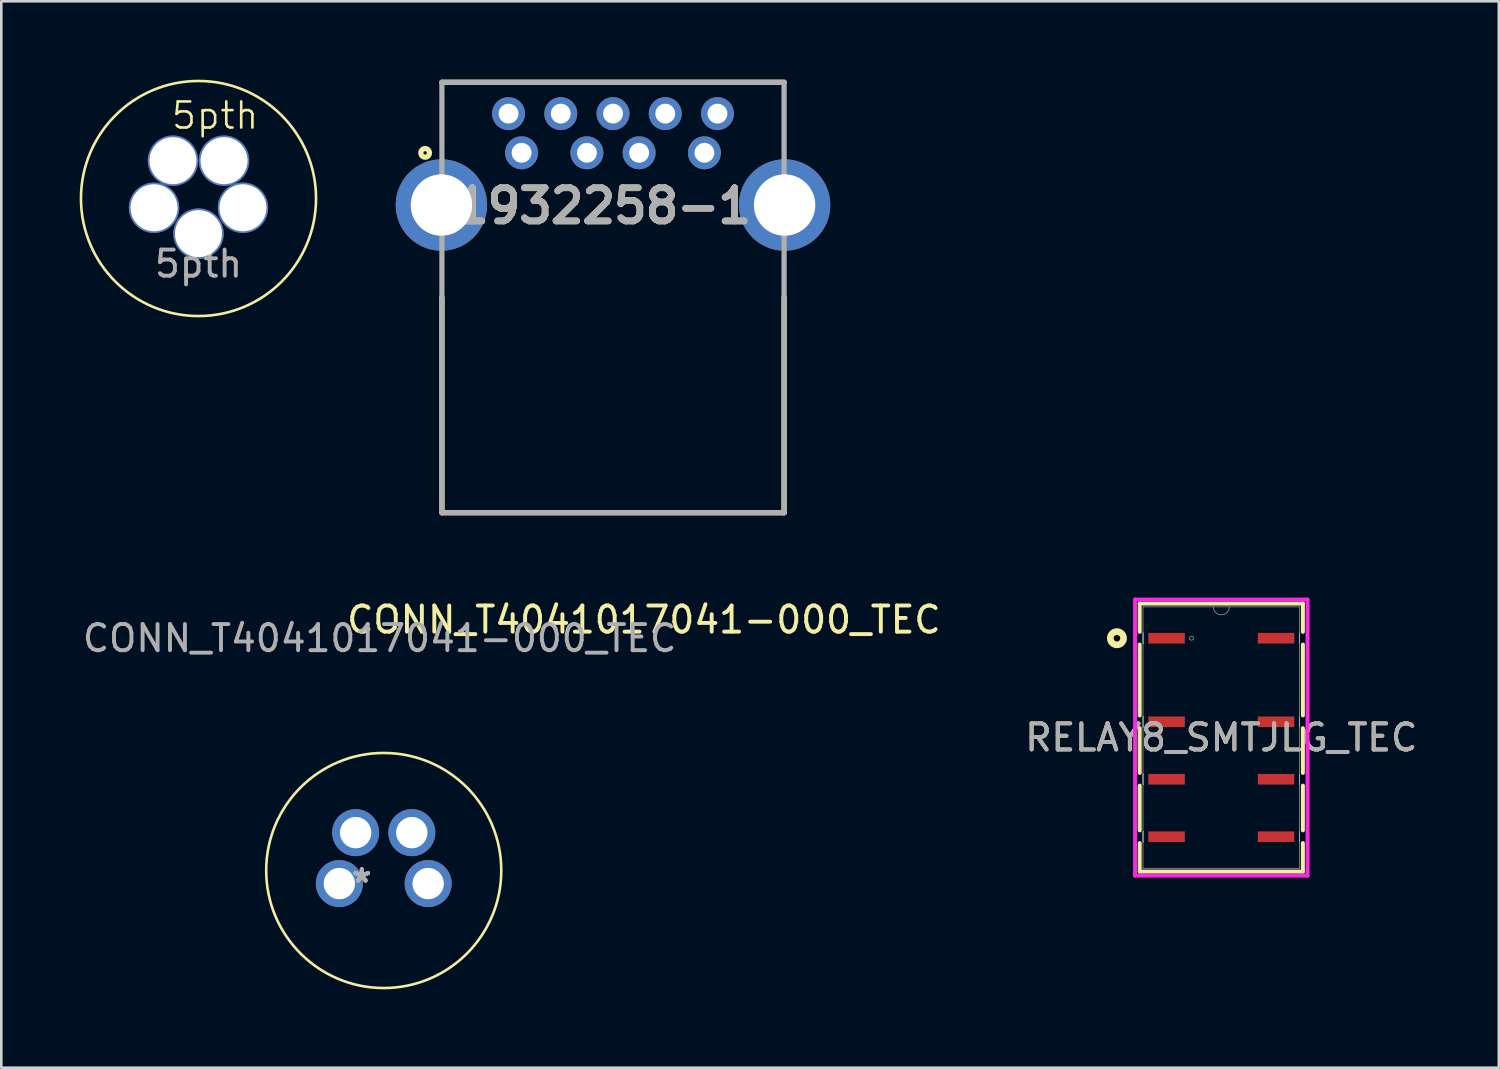
<source format=kicad_pcb>
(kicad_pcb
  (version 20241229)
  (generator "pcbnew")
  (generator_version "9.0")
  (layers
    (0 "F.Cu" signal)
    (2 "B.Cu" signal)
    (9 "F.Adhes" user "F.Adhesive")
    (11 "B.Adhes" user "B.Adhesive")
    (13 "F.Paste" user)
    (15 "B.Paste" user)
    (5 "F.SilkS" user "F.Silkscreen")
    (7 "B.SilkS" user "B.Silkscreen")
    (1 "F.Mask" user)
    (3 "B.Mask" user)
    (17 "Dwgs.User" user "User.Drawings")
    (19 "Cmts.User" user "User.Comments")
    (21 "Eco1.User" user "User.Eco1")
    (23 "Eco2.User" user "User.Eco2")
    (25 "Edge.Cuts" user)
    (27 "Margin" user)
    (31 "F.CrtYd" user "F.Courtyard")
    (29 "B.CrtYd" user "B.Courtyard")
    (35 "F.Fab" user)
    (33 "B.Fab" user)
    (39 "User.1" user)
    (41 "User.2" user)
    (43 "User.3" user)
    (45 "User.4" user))
  (footprint "5pth"
    (layer "F.Cu")
    (at 4.55 4.55)
    (property "Reference" "5pth" (at 0.635 -3.175 0) (unlocked yes) (layer "F.SilkS") (effects (font (size 1 1) (thickness 0.1))))
    (attr smd)
    (fp_circle (center 0 0) (end 4.5 0) (stroke (width 0.1) (type default)) (fill no) (layer "F.SilkS"))
    (fp_text user "${REFERENCE}" (at 0 2.5 0) (unlocked yes) (layer "F.Fab") (effects (font (size 1 1) (thickness 0.15))))
    (pad "1" thru_hole circle (at 1.702 0.355) (size 1.93 1.93) (drill 1.8) (layers "*.Cu" "*.Mask"))
    (pad "2" thru_hole circle (at 0.978 -1.448) (size 1.93 1.93) (drill 1.8) (layers "*.Cu" "*.Mask"))
    (pad "3" thru_hole circle (at -1.702 0.355) (size 1.93 1.93) (drill 1.8) (layers "*.Cu" "*.Mask"))
    (pad "4" thru_hole circle (at -0.978 -1.448) (size 1.93 1.93) (drill 1.8) (layers "*.Cu" "*.Mask"))
    (pad "5" thru_hole circle (at 0 1.346) (size 1.93 1.93) (drill 1.8) (layers "*.Cu" "*.Mask")))
  (footprint "1932258-1"
    (layer "F.Cu")
    (at 20.42 16.58)
    (property "Reference" "1932258-1" (at -0.365 -11.746 0) (layer "F.SilkS") (effects (font (size 1.27 1.27) (thickness 0.254))))
    (attr through_hole)
    (fp_line (start -6.55 -16.48) (end 6.55 -16.48) (stroke (width 0.2) (type solid)) (layer "F.SilkS"))
    (fp_line (start -6.55 -8.24) (end -6.55 0) (stroke (width 0.2) (type solid)) (layer "F.SilkS"))
    (fp_line (start -6.55 0) (end 6.55 0) (stroke (width 0.2) (type solid)) (layer "F.SilkS"))
    (fp_line (start 6.55 0) (end 6.55 -8.24) (stroke (width 0.2) (type solid)) (layer "F.SilkS"))
    (fp_circle (center -7.193 -13.776) (end -7.193 -13.711) (stroke (width 0.2) (type solid)) (fill no) (layer "F.SilkS"))
    (fp_line (start -6.55 -16.48) (end 6.55 -16.48) (stroke (width 0.2) (type solid)) (layer "F.Fab"))
    (fp_line (start -6.55 0) (end -6.55 -16.48) (stroke (width 0.2) (type solid)) (layer "F.Fab"))
    (fp_line (start 6.55 -16.48) (end 6.55 0) (stroke (width 0.2) (type solid)) (layer "F.Fab"))
    (fp_line (start 6.55 0) (end -6.55 0) (stroke (width 0.2) (type solid)) (layer "F.Fab"))
    (fp_text user "${REFERENCE}" (at -0.365 -11.746 0) (layer "F.Fab") (effects (font (size 1.27 1.27) (thickness 0.254))))
    (pad "1" thru_hole circle (at -3.5 -13.78) (size 1.26 1.26) (drill 0.76) (layers "*.Cu" "*.Mask"))
    (pad "2" thru_hole circle (at -1 -13.78) (size 1.26 1.26) (drill 0.76) (layers "*.Cu" "*.Mask"))
    (pad "3" thru_hole circle (at 1 -13.78) (size 1.26 1.26) (drill 0.76) (layers "*.Cu" "*.Mask"))
    (pad "4" thru_hole circle (at 3.5 -13.78) (size 1.26 1.26) (drill 0.76) (layers "*.Cu" "*.Mask"))
    (pad "5" thru_hole circle (at 4 -15.28) (size 1.26 1.26) (drill 0.76) (layers "*.Cu" "*.Mask"))
    (pad "6" thru_hole circle (at 2 -15.28) (size 1.26 1.26) (drill 0.76) (layers "*.Cu" "*.Mask"))
    (pad "7" thru_hole circle (at 0 -15.28) (size 1.26 1.26) (drill 0.76) (layers "*.Cu" "*.Mask"))
    (pad "8" thru_hole circle (at -2 -15.28) (size 1.26 1.26) (drill 0.76) (layers "*.Cu" "*.Mask"))
    (pad "9" thru_hole circle (at -4 -15.28) (size 1.26 1.26) (drill 0.76) (layers "*.Cu" "*.Mask"))
    (pad "10" thru_hole circle (at 6.57 -11.78) (size 3.5 3.5) (drill 2.35) (layers "*.Cu" "*.Mask"))
    (pad "11" thru_hole circle (at -6.57 -11.78) (size 3.5 3.5) (drill 2.35) (layers "*.Cu" "*.Mask")))
  (footprint "CONN_T4041017041-000_TEC"
    (layer "F.Cu")
    (at 11.642 30.278)
    (property "Reference" "CONN_T4041017041-000_TEC" (at 9.96 -9.6 0) (unlocked yes) (layer "F.SilkS") (effects (font (size 1 1) (thickness 0.15))))
    (attr through_hole)
    (fp_circle (center 0 0) (end 4.5 0) (stroke (width 0.1) (type default)) (fill no) (layer "F.SilkS"))
    (fp_text user "*" (at -0.84 0.501 0) (unlocked yes) (layer "F.SilkS") (effects (font (size 1 1) (thickness 0.15))))
    (fp_text user "*" (at -0.84 0.501 0) (layer "F.SilkS") (effects (font (size 1 1) (thickness 0.15))))
    (fp_text user "${REFERENCE}" (at -0.16 -8.89 0) (unlocked yes) (layer "F.Fab") (effects (font (size 1 1) (thickness 0.15))))
    (fp_text user "*" (at -0.84 0.501 0) (layer "F.Fab") (effects (font (size 1 1) (thickness 0.15))))
    (fp_text user "*" (at -0.84 0.501 0) (unlocked yes) (layer "F.Fab") (effects (font (size 1 1) (thickness 0.15))))
    (pad "1" thru_hole circle (at 1.7 0.501) (size 1.8 1.8) (drill 1.2) (layers "*.Cu" "*.Mask"))
    (pad "2" thru_hole circle (at 1.075 -1.449) (size 1.8 1.8) (drill 1.2) (layers "*.Cu" "*.Mask"))
    (pad "3" thru_hole circle (at -1.7 0.501) (size 1.8 1.8) (drill 1.2) (layers "*.Cu" "*.Mask"))
    (pad "4" thru_hole circle (at -1.075 -1.449) (size 1.8 1.8) (drill 1.2) (layers "*.Cu" "*.Mask")))
  (footprint "RELAY8_SMTJLG_TEC"
    (layer "F.Cu")
    (at 43.709 25.189)
    (property "Reference" "RELAY8_SMTJLG_TEC" (at 0 0 0) (unlocked yes) (layer "F.SilkS") (effects (font (size 1 1) (thickness 0.15))))
    (attr smd)
    (fp_line (start -3.124 -5.131) (end -3.124 -4.048) (stroke (width 0.152) (type solid)) (layer "F.SilkS"))
    (fp_line (start -3.124 -3.56) (end -3.124 -0.848) (stroke (width 0.152) (type solid)) (layer "F.SilkS"))
    (fp_line (start -3.124 -0.36) (end -3.124 1.352) (stroke (width 0.152) (type solid)) (layer "F.SilkS"))
    (fp_line (start -3.124 1.84) (end -3.124 3.552) (stroke (width 0.152) (type solid)) (layer "F.SilkS"))
    (fp_line (start -3.124 4.04) (end -3.124 5.131) (stroke (width 0.152) (type solid)) (layer "F.SilkS"))
    (fp_line (start -3.124 5.131) (end 3.124 5.131) (stroke (width 0.152) (type solid)) (layer "F.SilkS"))
    (fp_line (start 3.124 -5.131) (end -3.124 -5.131) (stroke (width 0.152) (type solid)) (layer "F.SilkS"))
    (fp_line (start 3.124 -4.048) (end 3.124 -5.131) (stroke (width 0.152) (type solid)) (layer "F.SilkS"))
    (fp_line (start 3.124 -0.848) (end 3.124 -3.56) (stroke (width 0.152) (type solid)) (layer "F.SilkS"))
    (fp_line (start 3.124 1.352) (end 3.124 -0.36) (stroke (width 0.152) (type solid)) (layer "F.SilkS"))
    (fp_line (start 3.124 3.552) (end 3.124 1.84) (stroke (width 0.152) (type solid)) (layer "F.SilkS"))
    (fp_line (start 3.124 5.131) (end 3.124 4.04) (stroke (width 0.152) (type solid)) (layer "F.SilkS"))
    (fp_circle (center -3.996 -3.804) (end -3.742 -3.804) (stroke (width 0.254) (type solid)) (fill no) (layer "F.SilkS"))
    (fp_line (start -3.302 -5.283) (end 3.302 -5.283) (stroke (width 0.152) (type solid)) (layer "F.CrtYd"))
    (fp_line (start -3.302 5.283) (end -3.302 -5.283) (stroke (width 0.152) (type solid)) (layer "F.CrtYd"))
    (fp_line (start 3.302 -5.283) (end 3.302 5.283) (stroke (width 0.152) (type solid)) (layer "F.CrtYd"))
    (fp_line (start 3.302 5.283) (end -3.302 5.283) (stroke (width 0.152) (type solid)) (layer "F.CrtYd"))
    (fp_line (start -2.997 -5.004) (end -2.997 5.004) (stroke (width 0.025) (type solid)) (layer "F.Fab"))
    (fp_line (start -2.997 -4.007) (end -2.997 -4.007) (stroke (width 0.025) (type solid)) (layer "F.Fab"))
    (fp_line (start -2.997 -4.007) (end -2.997 -3.601) (stroke (width 0.025) (type solid)) (layer "F.Fab"))
    (fp_line (start -2.997 -3.601) (end -2.997 -4.007) (stroke (width 0.025) (type solid)) (layer "F.Fab"))
    (fp_line (start -2.997 -3.601) (end -2.997 -3.601) (stroke (width 0.025) (type solid)) (layer "F.Fab"))
    (fp_line (start -2.997 -0.807) (end -2.997 -0.807) (stroke (width 0.025) (type solid)) (layer "F.Fab"))
    (fp_line (start -2.997 -0.807) (end -2.997 -0.401) (stroke (width 0.025) (type solid)) (layer "F.Fab"))
    (fp_line (start -2.997 -0.401) (end -2.997 -0.807) (stroke (width 0.025) (type solid)) (layer "F.Fab"))
    (fp_line (start -2.997 -0.401) (end -2.997 -0.401) (stroke (width 0.025) (type solid)) (layer "F.Fab"))
    (fp_line (start -2.997 1.393) (end -2.997 1.393) (stroke (width 0.025) (type solid)) (layer "F.Fab"))
    (fp_line (start -2.997 1.393) (end -2.997 1.799) (stroke (width 0.025) (type solid)) (layer "F.Fab"))
    (fp_line (start -2.997 1.799) (end -2.997 1.393) (stroke (width 0.025) (type solid)) (layer "F.Fab"))
    (fp_line (start -2.997 1.799) (end -2.997 1.799) (stroke (width 0.025) (type solid)) (layer "F.Fab"))
    (fp_line (start -2.997 3.593) (end -2.997 3.593) (stroke (width 0.025) (type solid)) (layer "F.Fab"))
    (fp_line (start -2.997 3.593) (end -2.997 3.999) (stroke (width 0.025) (type solid)) (layer "F.Fab"))
    (fp_line (start -2.997 3.999) (end -2.997 3.593) (stroke (width 0.025) (type solid)) (layer "F.Fab"))
    (fp_line (start -2.997 3.999) (end -2.997 3.999) (stroke (width 0.025) (type solid)) (layer "F.Fab"))
    (fp_line (start -2.997 5.004) (end 2.997 5.004) (stroke (width 0.025) (type solid)) (layer "F.Fab"))
    (fp_line (start 2.997 -5.004) (end -2.997 -5.004) (stroke (width 0.025) (type solid)) (layer "F.Fab"))
    (fp_line (start 2.997 -4.007) (end 2.997 -4.007) (stroke (width 0.025) (type solid)) (layer "F.Fab"))
    (fp_line (start 2.997 -4.007) (end 2.997 -3.601) (stroke (width 0.025) (type solid)) (layer "F.Fab"))
    (fp_line (start 2.997 -3.601) (end 2.997 -4.007) (stroke (width 0.025) (type solid)) (layer "F.Fab"))
    (fp_line (start 2.997 -3.601) (end 2.997 -3.601) (stroke (width 0.025) (type solid)) (layer "F.Fab"))
    (fp_line (start 2.997 -0.807) (end 2.997 -0.807) (stroke (width 0.025) (type solid)) (layer "F.Fab"))
    (fp_line (start 2.997 -0.807) (end 2.997 -0.401) (stroke (width 0.025) (type solid)) (layer "F.Fab"))
    (fp_line (start 2.997 -0.401) (end 2.997 -0.807) (stroke (width 0.025) (type solid)) (layer "F.Fab"))
    (fp_line (start 2.997 -0.401) (end 2.997 -0.401) (stroke (width 0.025) (type solid)) (layer "F.Fab"))
    (fp_line (start 2.997 1.393) (end 2.997 1.393) (stroke (width 0.025) (type solid)) (layer "F.Fab"))
    (fp_line (start 2.997 1.393) (end 2.997 1.799) (stroke (width 0.025) (type solid)) (layer "F.Fab"))
    (fp_line (start 2.997 1.799) (end 2.997 1.393) (stroke (width 0.025) (type solid)) (layer "F.Fab"))
    (fp_line (start 2.997 1.799) (end 2.997 1.799) (stroke (width 0.025) (type solid)) (layer "F.Fab"))
    (fp_line (start 2.997 3.593) (end 2.997 3.593) (stroke (width 0.025) (type solid)) (layer "F.Fab"))
    (fp_line (start 2.997 3.593) (end 2.997 3.999) (stroke (width 0.025) (type solid)) (layer "F.Fab"))
    (fp_line (start 2.997 3.999) (end 2.997 3.593) (stroke (width 0.025) (type solid)) (layer "F.Fab"))
    (fp_line (start 2.997 3.999) (end 2.997 3.999) (stroke (width 0.025) (type solid)) (layer "F.Fab"))
    (fp_line (start 2.997 5.004) (end 2.997 -5.004) (stroke (width 0.025) (type solid)) (layer "F.Fab"))
    (fp_arc (start 0.3048 -5.0038) (mid 0 -4.699) (end -0.3048 -5.0038) (stroke (width 0.0254) (type solid)) (layer "F.Fab"))
    (fp_circle (center -1.143 -3.804) (end -1.067 -3.804) (stroke (width 0.025) (type solid)) (fill no) (layer "F.Fab"))
    (fp_text user "${REFERENCE}" (at 0 0 0) (unlocked yes) (layer "F.Fab") (effects (font (size 1 1) (thickness 0.15))))
    (pad "1" smd rect (at -2.095 -3.804) (size 1.397 0.406) (layers "F.Cu" "F.Mask" "F.Paste"))
    (pad "2" smd rect (at -2.095 -0.604) (size 1.397 0.406) (layers "F.Cu" "F.Mask" "F.Paste"))
    (pad "3" smd rect (at -2.095 1.596) (size 1.397 0.406) (layers "F.Cu" "F.Mask" "F.Paste"))
    (pad "4" smd rect (at -2.095 3.796) (size 1.397 0.406) (layers "F.Cu" "F.Mask" "F.Paste"))
    (pad "5" smd rect (at 2.095 3.796) (size 1.397 0.406) (layers "F.Cu" "F.Mask" "F.Paste"))
    (pad "6" smd rect (at 2.095 1.596) (size 1.397 0.406) (layers "F.Cu" "F.Mask" "F.Paste"))
    (pad "7" smd rect (at 2.095 -0.604) (size 1.397 0.406) (layers "F.Cu" "F.Mask" "F.Paste"))
    (pad "8" smd rect (at 2.095 -3.804) (size 1.397 0.406) (layers "F.Cu" "F.Mask" "F.Paste")))
  (gr_rect
    (start -3 -3)
    (end 54.334 37.828)
    (stroke (width 0.1) (type default))
    (fill no)
    (layer "Edge.Cuts")))
</source>
